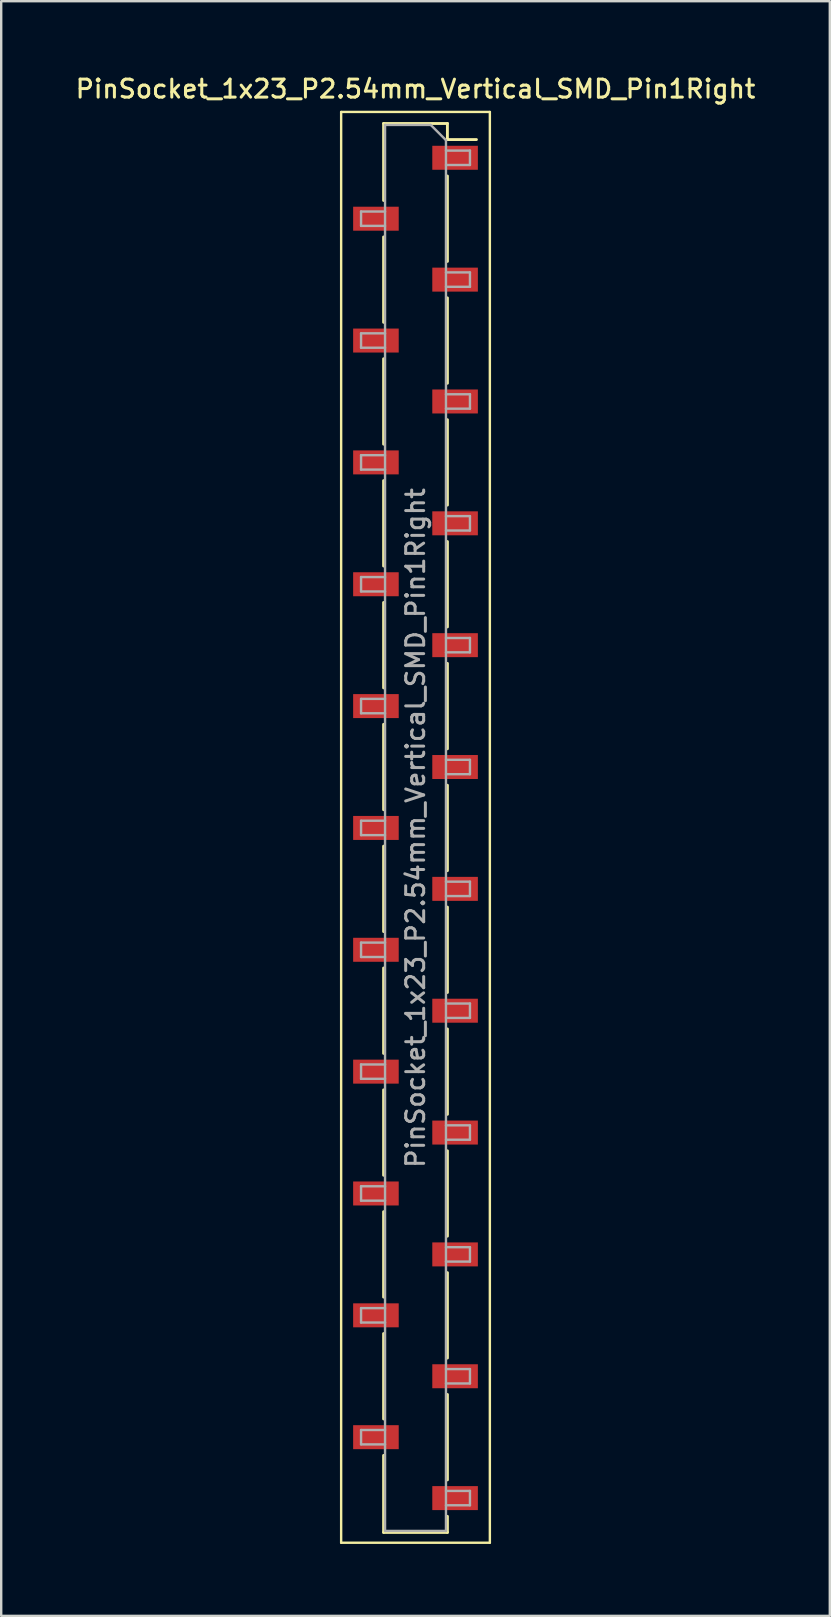
<source format=kicad_pcb>
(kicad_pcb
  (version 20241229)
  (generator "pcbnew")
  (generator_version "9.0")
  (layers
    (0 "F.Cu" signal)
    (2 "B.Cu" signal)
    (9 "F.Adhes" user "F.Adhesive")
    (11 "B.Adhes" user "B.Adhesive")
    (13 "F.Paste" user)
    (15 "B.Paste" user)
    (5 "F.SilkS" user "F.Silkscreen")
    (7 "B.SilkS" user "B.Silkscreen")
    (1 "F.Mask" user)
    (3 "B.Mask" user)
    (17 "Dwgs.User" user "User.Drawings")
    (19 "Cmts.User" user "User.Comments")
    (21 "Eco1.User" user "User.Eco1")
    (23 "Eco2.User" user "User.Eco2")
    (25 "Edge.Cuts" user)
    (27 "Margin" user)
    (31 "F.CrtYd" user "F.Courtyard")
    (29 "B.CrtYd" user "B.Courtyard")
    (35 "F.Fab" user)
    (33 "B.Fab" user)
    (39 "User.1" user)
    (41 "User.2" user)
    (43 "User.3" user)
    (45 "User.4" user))
  (footprint "PinSocket_1x23_P2.54mm_Vertical_SMD_Pin1Right"
    (layer "F.Cu")
    (at 14.273 31.468)
    (property "Reference" "PinSocket_1x23_P2.54mm_Vertical_SMD_Pin1Right" (at 0 -30.81 0) (layer "F.SilkS") (effects (font (size 0.75 0.75) (thickness 0.125))))
    (attr smd)
    (fp_line (start -3.1 -29.85) (end 3.1 -29.85) (stroke (width 0.1) (type solid)) (layer "F.SilkS"))
    (fp_line (start -3.1 29.8) (end -3.1 -29.85) (stroke (width 0.1) (type solid)) (layer "F.SilkS"))
    (fp_line (start -1.33 -29.37) (end -1.33 -26.16) (stroke (width 0.12) (type solid)) (layer "F.SilkS"))
    (fp_line (start -1.33 -29.37) (end 1.33 -29.37) (stroke (width 0.12) (type solid)) (layer "F.SilkS"))
    (fp_line (start -1.33 -24.64) (end -1.33 -21.08) (stroke (width 0.12) (type solid)) (layer "F.SilkS"))
    (fp_line (start -1.33 -19.56) (end -1.33 -16) (stroke (width 0.12) (type solid)) (layer "F.SilkS"))
    (fp_line (start -1.33 -14.48) (end -1.33 -10.92) (stroke (width 0.12) (type solid)) (layer "F.SilkS"))
    (fp_line (start -1.33 -9.4) (end -1.33 -5.84) (stroke (width 0.12) (type solid)) (layer "F.SilkS"))
    (fp_line (start -1.33 -4.32) (end -1.33 -0.76) (stroke (width 0.12) (type solid)) (layer "F.SilkS"))
    (fp_line (start -1.33 0.76) (end -1.33 4.32) (stroke (width 0.12) (type solid)) (layer "F.SilkS"))
    (fp_line (start -1.33 5.84) (end -1.33 9.4) (stroke (width 0.12) (type solid)) (layer "F.SilkS"))
    (fp_line (start -1.33 10.92) (end -1.33 14.48) (stroke (width 0.12) (type solid)) (layer "F.SilkS"))
    (fp_line (start -1.33 16) (end -1.33 19.56) (stroke (width 0.12) (type solid)) (layer "F.SilkS"))
    (fp_line (start -1.33 21.08) (end -1.33 24.64) (stroke (width 0.12) (type solid)) (layer "F.SilkS"))
    (fp_line (start -1.33 26.16) (end -1.33 29.37) (stroke (width 0.12) (type solid)) (layer "F.SilkS"))
    (fp_line (start -1.33 29.37) (end 1.33 29.37) (stroke (width 0.12) (type solid)) (layer "F.SilkS"))
    (fp_line (start 1.33 -29.37) (end 1.33 -28.7) (stroke (width 0.12) (type solid)) (layer "F.SilkS"))
    (fp_line (start 1.33 -28.7) (end 2.54 -28.7) (stroke (width 0.12) (type solid)) (layer "F.SilkS"))
    (fp_line (start 1.33 -27.18) (end 1.33 -23.62) (stroke (width 0.12) (type solid)) (layer "F.SilkS"))
    (fp_line (start 1.33 -22.1) (end 1.33 -18.54) (stroke (width 0.12) (type solid)) (layer "F.SilkS"))
    (fp_line (start 1.33 -17.02) (end 1.33 -13.46) (stroke (width 0.12) (type solid)) (layer "F.SilkS"))
    (fp_line (start 1.33 -11.94) (end 1.33 -8.38) (stroke (width 0.12) (type solid)) (layer "F.SilkS"))
    (fp_line (start 1.33 -6.86) (end 1.33 -3.3) (stroke (width 0.12) (type solid)) (layer "F.SilkS"))
    (fp_line (start 1.33 -1.78) (end 1.33 1.78) (stroke (width 0.12) (type solid)) (layer "F.SilkS"))
    (fp_line (start 1.33 3.3) (end 1.33 6.86) (stroke (width 0.12) (type solid)) (layer "F.SilkS"))
    (fp_line (start 1.33 8.38) (end 1.33 11.94) (stroke (width 0.12) (type solid)) (layer "F.SilkS"))
    (fp_line (start 1.33 13.46) (end 1.33 17.02) (stroke (width 0.12) (type solid)) (layer "F.SilkS"))
    (fp_line (start 1.33 18.54) (end 1.33 22.1) (stroke (width 0.12) (type solid)) (layer "F.SilkS"))
    (fp_line (start 1.33 23.62) (end 1.33 27.18) (stroke (width 0.12) (type solid)) (layer "F.SilkS"))
    (fp_line (start 1.33 28.7) (end 1.33 29.37) (stroke (width 0.12) (type solid)) (layer "F.SilkS"))
    (fp_line (start 3.1 -29.85) (end 3.1 29.8) (stroke (width 0.1) (type solid)) (layer "F.SilkS"))
    (fp_line (start 3.1 29.8) (end -3.1 29.8) (stroke (width 0.1) (type solid)) (layer "F.SilkS"))
    (fp_line (start -2.27 -25.7) (end -1.27 -25.7) (stroke (width 0.1) (type solid)) (layer "F.Fab"))
    (fp_line (start -2.27 -25.1) (end -2.27 -25.7) (stroke (width 0.1) (type solid)) (layer "F.Fab"))
    (fp_line (start -2.27 -20.62) (end -1.27 -20.62) (stroke (width 0.1) (type solid)) (layer "F.Fab"))
    (fp_line (start -2.27 -20.02) (end -2.27 -20.62) (stroke (width 0.1) (type solid)) (layer "F.Fab"))
    (fp_line (start -2.27 -15.54) (end -1.27 -15.54) (stroke (width 0.1) (type solid)) (layer "F.Fab"))
    (fp_line (start -2.27 -14.94) (end -2.27 -15.54) (stroke (width 0.1) (type solid)) (layer "F.Fab"))
    (fp_line (start -2.27 -10.46) (end -1.27 -10.46) (stroke (width 0.1) (type solid)) (layer "F.Fab"))
    (fp_line (start -2.27 -9.86) (end -2.27 -10.46) (stroke (width 0.1) (type solid)) (layer "F.Fab"))
    (fp_line (start -2.27 -5.38) (end -1.27 -5.38) (stroke (width 0.1) (type solid)) (layer "F.Fab"))
    (fp_line (start -2.27 -4.78) (end -2.27 -5.38) (stroke (width 0.1) (type solid)) (layer "F.Fab"))
    (fp_line (start -2.27 -0.3) (end -1.27 -0.3) (stroke (width 0.1) (type solid)) (layer "F.Fab"))
    (fp_line (start -2.27 0.3) (end -2.27 -0.3) (stroke (width 0.1) (type solid)) (layer "F.Fab"))
    (fp_line (start -2.27 4.78) (end -1.27 4.78) (stroke (width 0.1) (type solid)) (layer "F.Fab"))
    (fp_line (start -2.27 5.38) (end -2.27 4.78) (stroke (width 0.1) (type solid)) (layer "F.Fab"))
    (fp_line (start -2.27 9.86) (end -1.27 9.86) (stroke (width 0.1) (type solid)) (layer "F.Fab"))
    (fp_line (start -2.27 10.46) (end -2.27 9.86) (stroke (width 0.1) (type solid)) (layer "F.Fab"))
    (fp_line (start -2.27 14.94) (end -1.27 14.94) (stroke (width 0.1) (type solid)) (layer "F.Fab"))
    (fp_line (start -2.27 15.54) (end -2.27 14.94) (stroke (width 0.1) (type solid)) (layer "F.Fab"))
    (fp_line (start -2.27 20.02) (end -1.27 20.02) (stroke (width 0.1) (type solid)) (layer "F.Fab"))
    (fp_line (start -2.27 20.62) (end -2.27 20.02) (stroke (width 0.1) (type solid)) (layer "F.Fab"))
    (fp_line (start -2.27 25.1) (end -1.27 25.1) (stroke (width 0.1) (type solid)) (layer "F.Fab"))
    (fp_line (start -2.27 25.7) (end -2.27 25.1) (stroke (width 0.1) (type solid)) (layer "F.Fab"))
    (fp_line (start -1.27 -29.31) (end 0.635 -29.31) (stroke (width 0.1) (type solid)) (layer "F.Fab"))
    (fp_line (start -1.27 -25.1) (end -2.27 -25.1) (stroke (width 0.1) (type solid)) (layer "F.Fab"))
    (fp_line (start -1.27 -20.02) (end -2.27 -20.02) (stroke (width 0.1) (type solid)) (layer "F.Fab"))
    (fp_line (start -1.27 -14.94) (end -2.27 -14.94) (stroke (width 0.1) (type solid)) (layer "F.Fab"))
    (fp_line (start -1.27 -9.86) (end -2.27 -9.86) (stroke (width 0.1) (type solid)) (layer "F.Fab"))
    (fp_line (start -1.27 -4.78) (end -2.27 -4.78) (stroke (width 0.1) (type solid)) (layer "F.Fab"))
    (fp_line (start -1.27 0.3) (end -2.27 0.3) (stroke (width 0.1) (type solid)) (layer "F.Fab"))
    (fp_line (start -1.27 5.38) (end -2.27 5.38) (stroke (width 0.1) (type solid)) (layer "F.Fab"))
    (fp_line (start -1.27 10.46) (end -2.27 10.46) (stroke (width 0.1) (type solid)) (layer "F.Fab"))
    (fp_line (start -1.27 15.54) (end -2.27 15.54) (stroke (width 0.1) (type solid)) (layer "F.Fab"))
    (fp_line (start -1.27 20.62) (end -2.27 20.62) (stroke (width 0.1) (type solid)) (layer "F.Fab"))
    (fp_line (start -1.27 25.7) (end -2.27 25.7) (stroke (width 0.1) (type solid)) (layer "F.Fab"))
    (fp_line (start -1.27 29.31) (end -1.27 -29.31) (stroke (width 0.1) (type solid)) (layer "F.Fab"))
    (fp_line (start 0.635 -29.31) (end 1.27 -28.675) (stroke (width 0.1) (type solid)) (layer "F.Fab"))
    (fp_line (start 1.27 -28.675) (end 1.27 29.31) (stroke (width 0.1) (type solid)) (layer "F.Fab"))
    (fp_line (start 1.27 -28.24) (end 2.27 -28.24) (stroke (width 0.1) (type solid)) (layer "F.Fab"))
    (fp_line (start 1.27 -23.16) (end 2.27 -23.16) (stroke (width 0.1) (type solid)) (layer "F.Fab"))
    (fp_line (start 1.27 -18.08) (end 2.27 -18.08) (stroke (width 0.1) (type solid)) (layer "F.Fab"))
    (fp_line (start 1.27 -13) (end 2.27 -13) (stroke (width 0.1) (type solid)) (layer "F.Fab"))
    (fp_line (start 1.27 -7.92) (end 2.27 -7.92) (stroke (width 0.1) (type solid)) (layer "F.Fab"))
    (fp_line (start 1.27 -2.84) (end 2.27 -2.84) (stroke (width 0.1) (type solid)) (layer "F.Fab"))
    (fp_line (start 1.27 2.24) (end 2.27 2.24) (stroke (width 0.1) (type solid)) (layer "F.Fab"))
    (fp_line (start 1.27 7.32) (end 2.27 7.32) (stroke (width 0.1) (type solid)) (layer "F.Fab"))
    (fp_line (start 1.27 12.4) (end 2.27 12.4) (stroke (width 0.1) (type solid)) (layer "F.Fab"))
    (fp_line (start 1.27 17.48) (end 2.27 17.48) (stroke (width 0.1) (type solid)) (layer "F.Fab"))
    (fp_line (start 1.27 22.56) (end 2.27 22.56) (stroke (width 0.1) (type solid)) (layer "F.Fab"))
    (fp_line (start 1.27 27.64) (end 2.27 27.64) (stroke (width 0.1) (type solid)) (layer "F.Fab"))
    (fp_line (start 1.27 29.31) (end -1.27 29.31) (stroke (width 0.1) (type solid)) (layer "F.Fab"))
    (fp_line (start 2.27 -28.24) (end 2.27 -27.64) (stroke (width 0.1) (type solid)) (layer "F.Fab"))
    (fp_line (start 2.27 -27.64) (end 1.27 -27.64) (stroke (width 0.1) (type solid)) (layer "F.Fab"))
    (fp_line (start 2.27 -23.16) (end 2.27 -22.56) (stroke (width 0.1) (type solid)) (layer "F.Fab"))
    (fp_line (start 2.27 -22.56) (end 1.27 -22.56) (stroke (width 0.1) (type solid)) (layer "F.Fab"))
    (fp_line (start 2.27 -18.08) (end 2.27 -17.48) (stroke (width 0.1) (type solid)) (layer "F.Fab"))
    (fp_line (start 2.27 -17.48) (end 1.27 -17.48) (stroke (width 0.1) (type solid)) (layer "F.Fab"))
    (fp_line (start 2.27 -13) (end 2.27 -12.4) (stroke (width 0.1) (type solid)) (layer "F.Fab"))
    (fp_line (start 2.27 -12.4) (end 1.27 -12.4) (stroke (width 0.1) (type solid)) (layer "F.Fab"))
    (fp_line (start 2.27 -7.92) (end 2.27 -7.32) (stroke (width 0.1) (type solid)) (layer "F.Fab"))
    (fp_line (start 2.27 -7.32) (end 1.27 -7.32) (stroke (width 0.1) (type solid)) (layer "F.Fab"))
    (fp_line (start 2.27 -2.84) (end 2.27 -2.24) (stroke (width 0.1) (type solid)) (layer "F.Fab"))
    (fp_line (start 2.27 -2.24) (end 1.27 -2.24) (stroke (width 0.1) (type solid)) (layer "F.Fab"))
    (fp_line (start 2.27 2.24) (end 2.27 2.84) (stroke (width 0.1) (type solid)) (layer "F.Fab"))
    (fp_line (start 2.27 2.84) (end 1.27 2.84) (stroke (width 0.1) (type solid)) (layer "F.Fab"))
    (fp_line (start 2.27 7.32) (end 2.27 7.92) (stroke (width 0.1) (type solid)) (layer "F.Fab"))
    (fp_line (start 2.27 7.92) (end 1.27 7.92) (stroke (width 0.1) (type solid)) (layer "F.Fab"))
    (fp_line (start 2.27 12.4) (end 2.27 13) (stroke (width 0.1) (type solid)) (layer "F.Fab"))
    (fp_line (start 2.27 13) (end 1.27 13) (stroke (width 0.1) (type solid)) (layer "F.Fab"))
    (fp_line (start 2.27 17.48) (end 2.27 18.08) (stroke (width 0.1) (type solid)) (layer "F.Fab"))
    (fp_line (start 2.27 18.08) (end 1.27 18.08) (stroke (width 0.1) (type solid)) (layer "F.Fab"))
    (fp_line (start 2.27 22.56) (end 2.27 23.16) (stroke (width 0.1) (type solid)) (layer "F.Fab"))
    (fp_line (start 2.27 23.16) (end 1.27 23.16) (stroke (width 0.1) (type solid)) (layer "F.Fab"))
    (fp_line (start 2.27 27.64) (end 2.27 28.24) (stroke (width 0.1) (type solid)) (layer "F.Fab"))
    (fp_line (start 2.27 28.24) (end 1.27 28.24) (stroke (width 0.1) (type solid)) (layer "F.Fab"))
    (fp_text user "${REFERENCE}" (at 0 0 90) (layer "F.Fab") (effects (font (size 0.75 0.75) (thickness 0.125))))
    (pad "1" smd rect (at 1.65 -27.94) (size 1.9 1) (layers "F.Cu" "F.Mask" "F.Paste"))
    (pad "2" smd rect (at -1.65 -25.4) (size 1.9 1) (layers "F.Cu" "F.Mask" "F.Paste"))
    (pad "3" smd rect (at 1.65 -22.86) (size 1.9 1) (layers "F.Cu" "F.Mask" "F.Paste"))
    (pad "4" smd rect (at -1.65 -20.32) (size 1.9 1) (layers "F.Cu" "F.Mask" "F.Paste"))
    (pad "5" smd rect (at 1.65 -17.78) (size 1.9 1) (layers "F.Cu" "F.Mask" "F.Paste"))
    (pad "6" smd rect (at -1.65 -15.24) (size 1.9 1) (layers "F.Cu" "F.Mask" "F.Paste"))
    (pad "7" smd rect (at 1.65 -12.7) (size 1.9 1) (layers "F.Cu" "F.Mask" "F.Paste"))
    (pad "8" smd rect (at -1.65 -10.16) (size 1.9 1) (layers "F.Cu" "F.Mask" "F.Paste"))
    (pad "9" smd rect (at 1.65 -7.62) (size 1.9 1) (layers "F.Cu" "F.Mask" "F.Paste"))
    (pad "10" smd rect (at -1.65 -5.08) (size 1.9 1) (layers "F.Cu" "F.Mask" "F.Paste"))
    (pad "11" smd rect (at 1.65 -2.54) (size 1.9 1) (layers "F.Cu" "F.Mask" "F.Paste"))
    (pad "12" smd rect (at -1.65 0) (size 1.9 1) (layers "F.Cu" "F.Mask" "F.Paste"))
    (pad "13" smd rect (at 1.65 2.54) (size 1.9 1) (layers "F.Cu" "F.Mask" "F.Paste"))
    (pad "14" smd rect (at -1.65 5.08) (size 1.9 1) (layers "F.Cu" "F.Mask" "F.Paste"))
    (pad "15" smd rect (at 1.65 7.62) (size 1.9 1) (layers "F.Cu" "F.Mask" "F.Paste"))
    (pad "16" smd rect (at -1.65 10.16) (size 1.9 1) (layers "F.Cu" "F.Mask" "F.Paste"))
    (pad "17" smd rect (at 1.65 12.7) (size 1.9 1) (layers "F.Cu" "F.Mask" "F.Paste"))
    (pad "18" smd rect (at -1.65 15.24) (size 1.9 1) (layers "F.Cu" "F.Mask" "F.Paste"))
    (pad "19" smd rect (at 1.65 17.78) (size 1.9 1) (layers "F.Cu" "F.Mask" "F.Paste"))
    (pad "20" smd rect (at -1.65 20.32) (size 1.9 1) (layers "F.Cu" "F.Mask" "F.Paste"))
    (pad "21" smd rect (at 1.65 22.86) (size 1.9 1) (layers "F.Cu" "F.Mask" "F.Paste"))
    (pad "22" smd rect (at -1.65 25.4) (size 1.9 1) (layers "F.Cu" "F.Mask" "F.Paste"))
    (pad "23" smd rect (at 1.65 27.94) (size 1.9 1) (layers "F.Cu" "F.Mask" "F.Paste")))
  (gr_rect
    (start -3 -3)
    (end 31.546 64.318)
    (stroke (width 0.1) (type default))
    (fill no)
    (layer "Edge.Cuts")))
</source>
